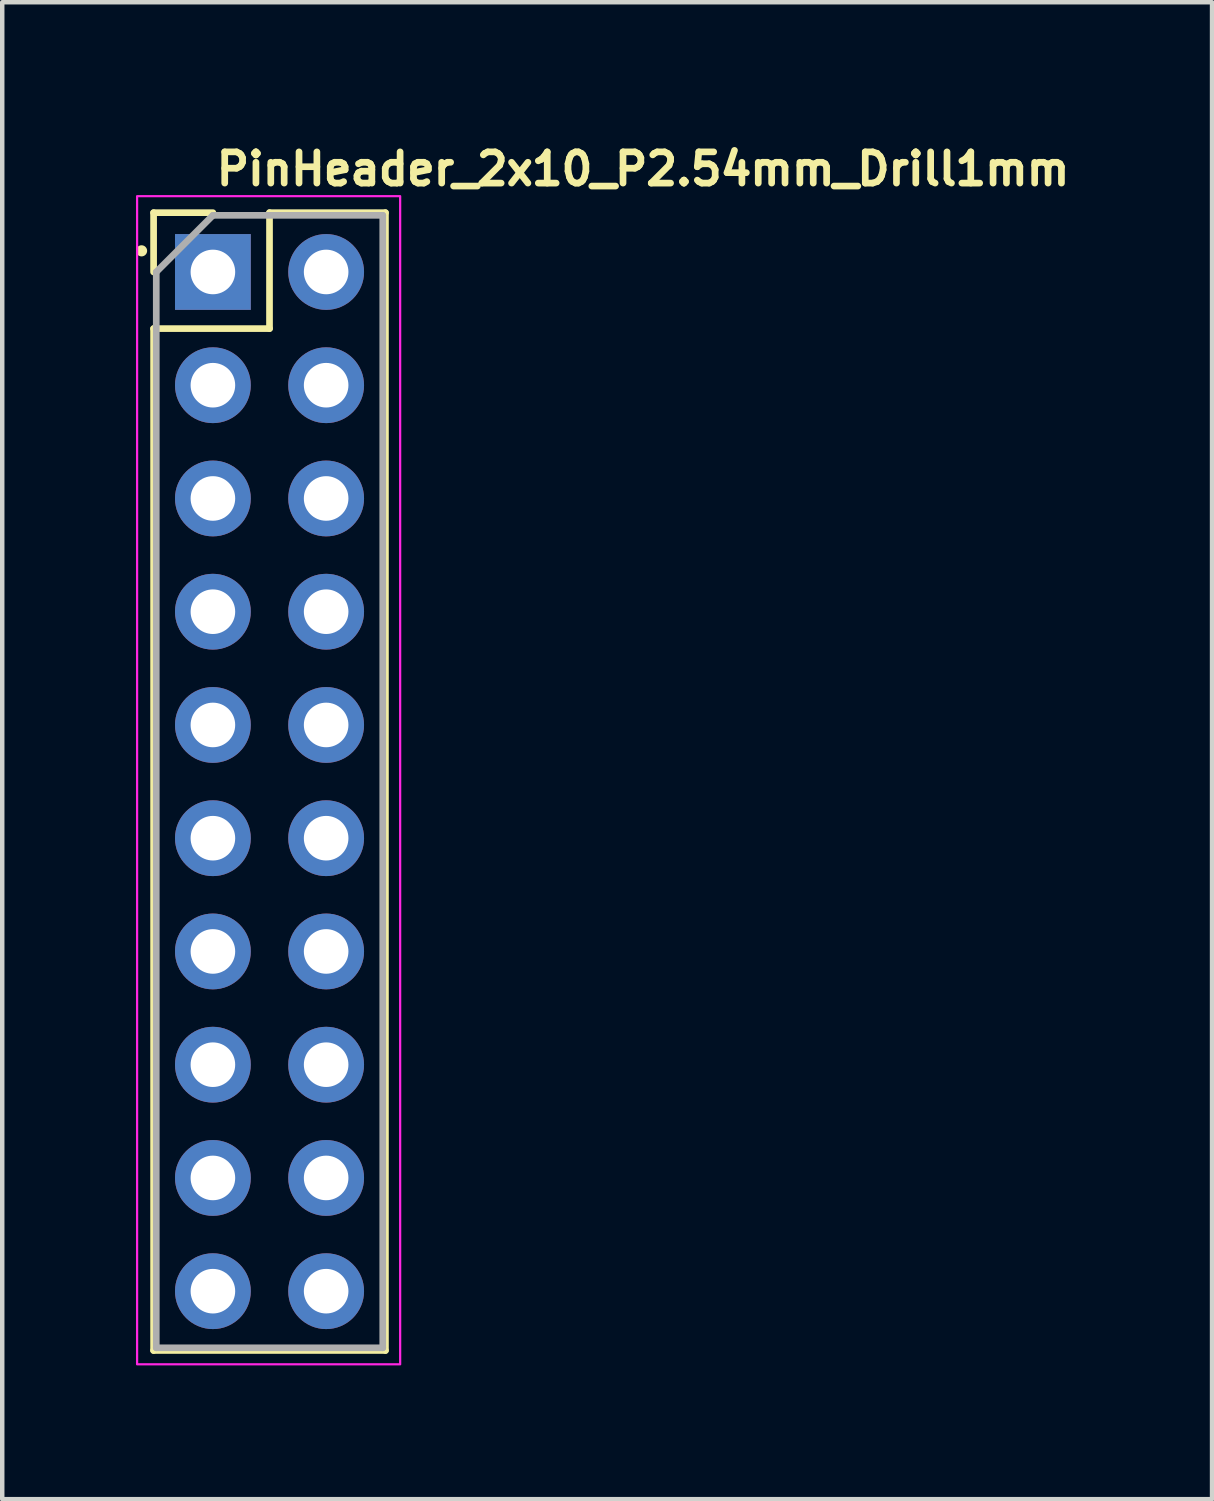
<source format=kicad_pcb>
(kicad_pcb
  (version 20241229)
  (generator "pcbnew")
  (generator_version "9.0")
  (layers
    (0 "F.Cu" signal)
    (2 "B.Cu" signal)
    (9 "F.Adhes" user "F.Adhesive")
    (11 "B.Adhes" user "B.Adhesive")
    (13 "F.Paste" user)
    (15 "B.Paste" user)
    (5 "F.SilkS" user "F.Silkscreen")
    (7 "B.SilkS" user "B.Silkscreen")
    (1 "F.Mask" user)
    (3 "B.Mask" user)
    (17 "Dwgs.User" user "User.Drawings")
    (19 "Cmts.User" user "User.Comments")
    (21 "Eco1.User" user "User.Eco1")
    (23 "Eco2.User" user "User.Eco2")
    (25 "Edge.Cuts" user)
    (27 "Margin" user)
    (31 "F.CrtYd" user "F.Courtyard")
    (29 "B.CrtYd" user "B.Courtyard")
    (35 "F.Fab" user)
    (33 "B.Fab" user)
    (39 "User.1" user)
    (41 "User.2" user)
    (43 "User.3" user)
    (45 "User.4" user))
  (footprint "PinHeader_2x10_P2.54mm_Drill1mm"
    (layer "F.Cu")
    (at 1.725 3.05)
    (property "Reference" "PinHeader_2x10_P2.54mm_Drill1mm" (at 0 -1.9 0) (layer "F.SilkS") (effects (font (size 0.7 0.7) (thickness 0.15)) (justify left bottom)))
    (attr through_hole)
    (fp_line (start -1.33 -1.33) (end 0 -1.33) (stroke (width 0.15) (type solid)) (layer "F.SilkS"))
    (fp_line (start -1.33 0) (end -1.33 -1.33) (stroke (width 0.15) (type solid)) (layer "F.SilkS"))
    (fp_line (start -1.33 1.27) (end -1.33 24.19) (stroke (width 0.15) (type solid)) (layer "F.SilkS"))
    (fp_line (start -1.33 1.27) (end 1.27 1.27) (stroke (width 0.15) (type solid)) (layer "F.SilkS"))
    (fp_line (start -1.33 24.19) (end 3.87 24.19) (stroke (width 0.15) (type solid)) (layer "F.SilkS"))
    (fp_line (start 1.27 -1.33) (end 3.87 -1.33) (stroke (width 0.15) (type solid)) (layer "F.SilkS"))
    (fp_line (start 1.27 1.27) (end 1.27 -1.33) (stroke (width 0.15) (type solid)) (layer "F.SilkS"))
    (fp_line (start 3.87 -1.33) (end 3.87 24.19) (stroke (width 0.15) (type solid)) (layer "F.SilkS"))
    (fp_circle (center -1.6 -0.474) (end -1.55 -0.474) (stroke (width 0.15) (type solid)) (fill yes) (layer "F.SilkS"))
    (fp_rect (start -1.7 -1.7) (end 4.2 24.5) (stroke (width 0.05) (type solid)) (fill no) (layer "F.CrtYd"))
    (fp_line (start -1.27 0) (end 0 -1.27) (stroke (width 0.15) (type solid)) (layer "F.Fab"))
    (fp_line (start -1.27 24.13) (end -1.27 0) (stroke (width 0.15) (type solid)) (layer "F.Fab"))
    (fp_line (start 0 -1.27) (end 3.81 -1.27) (stroke (width 0.15) (type solid)) (layer "F.Fab"))
    (fp_line (start 3.81 -1.27) (end 3.81 24.13) (stroke (width 0.15) (type solid)) (layer "F.Fab"))
    (fp_line (start 3.81 24.13) (end -1.27 24.13) (stroke (width 0.15) (type solid)) (layer "F.Fab"))
    (fp_rect (start -1.27 -1.25) (end 3.81 24.149) (stroke (width 0.1) (type solid)) (fill no) (layer "User.5"))
    (fp_line (start -1.27 -0.943) (end 0.469 -1.25) (stroke (width 0.02) (type solid)) (layer "User.9"))
    (fp_line (start -1.27 0.983) (end -1.27 -0.943) (stroke (width 0.02) (type solid)) (layer "User.9"))
    (fp_line (start -1.27 0.983) (end 0.469 1.29) (stroke (width 0.02) (type solid)) (layer "User.9"))
    (fp_line (start -1.27 3.523) (end -1.27 1.596) (stroke (width 0.02) (type solid)) (layer "User.9"))
    (fp_line (start -1.27 3.523) (end 0.469 3.83) (stroke (width 0.02) (type solid)) (layer "User.9"))
    (fp_line (start -1.27 6.063) (end -1.27 4.136) (stroke (width 0.02) (type solid)) (layer "User.9"))
    (fp_line (start -1.27 6.063) (end 0.469 6.37) (stroke (width 0.02) (type solid)) (layer "User.9"))
    (fp_line (start -1.27 8.603) (end -1.27 6.676) (stroke (width 0.02) (type solid)) (layer "User.9"))
    (fp_line (start -1.27 8.603) (end 0.469 8.91) (stroke (width 0.02) (type solid)) (layer "User.9"))
    (fp_line (start -1.27 11.143) (end -1.27 9.216) (stroke (width 0.02) (type solid)) (layer "User.9"))
    (fp_line (start -1.27 11.143) (end 0.469 11.449) (stroke (width 0.02) (type solid)) (layer "User.9"))
    (fp_line (start -1.27 13.683) (end -1.27 11.756) (stroke (width 0.02) (type solid)) (layer "User.9"))
    (fp_line (start -1.27 13.683) (end 0.469 13.99) (stroke (width 0.02) (type solid)) (layer "User.9"))
    (fp_line (start -1.27 16.222) (end -1.27 14.296) (stroke (width 0.02) (type solid)) (layer "User.9"))
    (fp_line (start -1.27 16.222) (end 0.469 16.53) (stroke (width 0.02) (type solid)) (layer "User.9"))
    (fp_line (start -1.27 18.763) (end -1.27 16.836) (stroke (width 0.02) (type solid)) (layer "User.9"))
    (fp_line (start -1.27 18.763) (end 0.469 19.07) (stroke (width 0.02) (type solid)) (layer "User.9"))
    (fp_line (start -1.27 21.303) (end -1.27 19.376) (stroke (width 0.02) (type solid)) (layer "User.9"))
    (fp_line (start -1.27 21.303) (end 0.469 21.61) (stroke (width 0.02) (type solid)) (layer "User.9"))
    (fp_line (start -1.27 23.843) (end -1.27 21.916) (stroke (width 0.02) (type solid)) (layer "User.9"))
    (fp_line (start -0.31 -0.29) (end 0.31 -0.29) (stroke (width 0.02) (type solid)) (layer "User.9"))
    (fp_line (start -0.31 0.33) (end -0.31 -0.29) (stroke (width 0.02) (type solid)) (layer "User.9"))
    (fp_line (start -0.31 0.33) (end -0.11 0.13) (stroke (width 0.02) (type solid)) (layer "User.9"))
    (fp_line (start -0.31 2.25) (end 0.31 2.25) (stroke (width 0.02) (type solid)) (layer "User.9"))
    (fp_line (start -0.31 2.87) (end -0.31 2.25) (stroke (width 0.02) (type solid)) (layer "User.9"))
    (fp_line (start -0.31 2.87) (end -0.11 2.67) (stroke (width 0.02) (type solid)) (layer "User.9"))
    (fp_line (start -0.31 4.79) (end 0.31 4.79) (stroke (width 0.02) (type solid)) (layer "User.9"))
    (fp_line (start -0.31 5.41) (end -0.31 4.79) (stroke (width 0.02) (type solid)) (layer "User.9"))
    (fp_line (start -0.31 5.41) (end -0.11 5.21) (stroke (width 0.02) (type solid)) (layer "User.9"))
    (fp_line (start -0.31 7.33) (end 0.31 7.33) (stroke (width 0.02) (type solid)) (layer "User.9"))
    (fp_line (start -0.31 7.95) (end -0.31 7.33) (stroke (width 0.02) (type solid)) (layer "User.9"))
    (fp_line (start -0.31 7.95) (end -0.11 7.75) (stroke (width 0.02) (type solid)) (layer "User.9"))
    (fp_line (start -0.31 9.869) (end 0.31 9.869) (stroke (width 0.02) (type solid)) (layer "User.9"))
    (fp_line (start -0.31 10.49) (end -0.31 9.869) (stroke (width 0.02) (type solid)) (layer "User.9"))
    (fp_line (start -0.31 10.49) (end -0.11 10.289) (stroke (width 0.02) (type solid)) (layer "User.9"))
    (fp_line (start -0.31 12.41) (end 0.31 12.41) (stroke (width 0.02) (type solid)) (layer "User.9"))
    (fp_line (start -0.31 13.029) (end -0.31 12.41) (stroke (width 0.02) (type solid)) (layer "User.9"))
    (fp_line (start -0.31 13.029) (end -0.11 12.83) (stroke (width 0.02) (type solid)) (layer "User.9"))
    (fp_line (start -0.31 14.949) (end 0.31 14.949) (stroke (width 0.02) (type solid)) (layer "User.9"))
    (fp_line (start -0.31 15.57) (end -0.31 14.949) (stroke (width 0.02) (type solid)) (layer "User.9"))
    (fp_line (start -0.31 15.57) (end -0.11 15.369) (stroke (width 0.02) (type solid)) (layer "User.9"))
    (fp_line (start -0.31 17.489) (end 0.31 17.489) (stroke (width 0.02) (type solid)) (layer "User.9"))
    (fp_line (start -0.31 18.11) (end -0.31 17.489) (stroke (width 0.02) (type solid)) (layer "User.9"))
    (fp_line (start -0.31 18.11) (end -0.11 17.91) (stroke (width 0.02) (type solid)) (layer "User.9"))
    (fp_line (start -0.31 20.03) (end 0.31 20.03) (stroke (width 0.02) (type solid)) (layer "User.9"))
    (fp_line (start -0.31 20.649) (end -0.31 20.03) (stroke (width 0.02) (type solid)) (layer "User.9"))
    (fp_line (start -0.31 20.649) (end -0.11 20.45) (stroke (width 0.02) (type solid)) (layer "User.9"))
    (fp_line (start -0.31 22.57) (end 0.31 22.57) (stroke (width 0.02) (type solid)) (layer "User.9"))
    (fp_line (start -0.31 23.19) (end -0.31 22.57) (stroke (width 0.02) (type solid)) (layer "User.9"))
    (fp_line (start -0.31 23.19) (end -0.11 22.989) (stroke (width 0.02) (type solid)) (layer "User.9"))
    (fp_line (start -0.11 -0.09) (end -0.31 -0.29) (stroke (width 0.02) (type solid)) (layer "User.9"))
    (fp_line (start -0.11 -0.09) (end 0.11 -0.09) (stroke (width 0.02) (type solid)) (layer "User.9"))
    (fp_line (start -0.11 0.13) (end -0.11 -0.09) (stroke (width 0.02) (type solid)) (layer "User.9"))
    (fp_line (start -0.11 2.45) (end -0.31 2.25) (stroke (width 0.02) (type solid)) (layer "User.9"))
    (fp_line (start -0.11 2.45) (end 0.11 2.45) (stroke (width 0.02) (type solid)) (layer "User.9"))
    (fp_line (start -0.11 2.67) (end -0.11 2.45) (stroke (width 0.02) (type solid)) (layer "User.9"))
    (fp_line (start -0.11 4.99) (end -0.31 4.79) (stroke (width 0.02) (type solid)) (layer "User.9"))
    (fp_line (start -0.11 4.99) (end 0.11 4.99) (stroke (width 0.02) (type solid)) (layer "User.9"))
    (fp_line (start -0.11 5.21) (end -0.11 4.99) (stroke (width 0.02) (type solid)) (layer "User.9"))
    (fp_line (start -0.11 7.53) (end -0.31 7.33) (stroke (width 0.02) (type solid)) (layer "User.9"))
    (fp_line (start -0.11 7.53) (end 0.11 7.53) (stroke (width 0.02) (type solid)) (layer "User.9"))
    (fp_line (start -0.11 7.75) (end -0.11 7.53) (stroke (width 0.02) (type solid)) (layer "User.9"))
    (fp_line (start -0.11 10.07) (end -0.31 9.869) (stroke (width 0.02) (type solid)) (layer "User.9"))
    (fp_line (start -0.11 10.07) (end 0.11 10.07) (stroke (width 0.02) (type solid)) (layer "User.9"))
    (fp_line (start -0.11 10.289) (end -0.11 10.07) (stroke (width 0.02) (type solid)) (layer "User.9"))
    (fp_line (start -0.11 12.61) (end -0.31 12.41) (stroke (width 0.02) (type solid)) (layer "User.9"))
    (fp_line (start -0.11 12.61) (end 0.11 12.61) (stroke (width 0.02) (type solid)) (layer "User.9"))
    (fp_line (start -0.11 12.83) (end -0.11 12.61) (stroke (width 0.02) (type solid)) (layer "User.9"))
    (fp_line (start -0.11 15.15) (end -0.31 14.949) (stroke (width 0.02) (type solid)) (layer "User.9"))
    (fp_line (start -0.11 15.15) (end 0.11 15.15) (stroke (width 0.02) (type solid)) (layer "User.9"))
    (fp_line (start -0.11 15.369) (end -0.11 15.15) (stroke (width 0.02) (type solid)) (layer "User.9"))
    (fp_line (start -0.11 17.69) (end -0.31 17.489) (stroke (width 0.02) (type solid)) (layer "User.9"))
    (fp_line (start -0.11 17.69) (end 0.11 17.69) (stroke (width 0.02) (type solid)) (layer "User.9"))
    (fp_line (start -0.11 17.91) (end -0.11 17.69) (stroke (width 0.02) (type solid)) (layer "User.9"))
    (fp_line (start -0.11 20.23) (end -0.31 20.03) (stroke (width 0.02) (type solid)) (layer "User.9"))
    (fp_line (start -0.11 20.23) (end 0.11 20.23) (stroke (width 0.02) (type solid)) (layer "User.9"))
    (fp_line (start -0.11 20.45) (end -0.11 20.23) (stroke (width 0.02) (type solid)) (layer "User.9"))
    (fp_line (start -0.11 22.77) (end -0.31 22.57) (stroke (width 0.02) (type solid)) (layer "User.9"))
    (fp_line (start -0.11 22.77) (end 0.11 22.77) (stroke (width 0.02) (type solid)) (layer "User.9"))
    (fp_line (start -0.11 22.989) (end -0.11 22.77) (stroke (width 0.02) (type solid)) (layer "User.9"))
    (fp_line (start 0.11 -0.09) (end 0.31 -0.29) (stroke (width 0.02) (type solid)) (layer "User.9"))
    (fp_line (start 0.11 0.13) (end -0.11 0.13) (stroke (width 0.02) (type solid)) (layer "User.9"))
    (fp_line (start 0.11 0.13) (end 0.11 -0.09) (stroke (width 0.02) (type solid)) (layer "User.9"))
    (fp_line (start 0.11 0.13) (end 0.31 0.33) (stroke (width 0.02) (type solid)) (layer "User.9"))
    (fp_line (start 0.11 2.45) (end 0.31 2.25) (stroke (width 0.02) (type solid)) (layer "User.9"))
    (fp_line (start 0.11 2.67) (end -0.11 2.67) (stroke (width 0.02) (type solid)) (layer "User.9"))
    (fp_line (start 0.11 2.67) (end 0.11 2.45) (stroke (width 0.02) (type solid)) (layer "User.9"))
    (fp_line (start 0.11 2.67) (end 0.31 2.87) (stroke (width 0.02) (type solid)) (layer "User.9"))
    (fp_line (start 0.11 4.99) (end 0.31 4.79) (stroke (width 0.02) (type solid)) (layer "User.9"))
    (fp_line (start 0.11 5.21) (end -0.11 5.21) (stroke (width 0.02) (type solid)) (layer "User.9"))
    (fp_line (start 0.11 5.21) (end 0.11 4.99) (stroke (width 0.02) (type solid)) (layer "User.9"))
    (fp_line (start 0.11 5.21) (end 0.31 5.41) (stroke (width 0.02) (type solid)) (layer "User.9"))
    (fp_line (start 0.11 7.53) (end 0.31 7.33) (stroke (width 0.02) (type solid)) (layer "User.9"))
    (fp_line (start 0.11 7.75) (end -0.11 7.75) (stroke (width 0.02) (type solid)) (layer "User.9"))
    (fp_line (start 0.11 7.75) (end 0.11 7.53) (stroke (width 0.02) (type solid)) (layer "User.9"))
    (fp_line (start 0.11 7.75) (end 0.31 7.95) (stroke (width 0.02) (type solid)) (layer "User.9"))
    (fp_line (start 0.11 10.07) (end 0.31 9.869) (stroke (width 0.02) (type solid)) (layer "User.9"))
    (fp_line (start 0.11 10.289) (end -0.11 10.289) (stroke (width 0.02) (type solid)) (layer "User.9"))
    (fp_line (start 0.11 10.289) (end 0.11 10.07) (stroke (width 0.02) (type solid)) (layer "User.9"))
    (fp_line (start 0.11 10.289) (end 0.31 10.49) (stroke (width 0.02) (type solid)) (layer "User.9"))
    (fp_line (start 0.11 12.61) (end 0.31 12.41) (stroke (width 0.02) (type solid)) (layer "User.9"))
    (fp_line (start 0.11 12.83) (end -0.11 12.83) (stroke (width 0.02) (type solid)) (layer "User.9"))
    (fp_line (start 0.11 12.83) (end 0.11 12.61) (stroke (width 0.02) (type solid)) (layer "User.9"))
    (fp_line (start 0.11 12.83) (end 0.31 13.029) (stroke (width 0.02) (type solid)) (layer "User.9"))
    (fp_line (start 0.11 15.15) (end 0.31 14.949) (stroke (width 0.02) (type solid)) (layer "User.9"))
    (fp_line (start 0.11 15.369) (end -0.11 15.369) (stroke (width 0.02) (type solid)) (layer "User.9"))
    (fp_line (start 0.11 15.369) (end 0.11 15.15) (stroke (width 0.02) (type solid)) (layer "User.9"))
    (fp_line (start 0.11 15.369) (end 0.31 15.57) (stroke (width 0.02) (type solid)) (layer "User.9"))
    (fp_line (start 0.11 17.69) (end 0.31 17.489) (stroke (width 0.02) (type solid)) (layer "User.9"))
    (fp_line (start 0.11 17.91) (end -0.11 17.91) (stroke (width 0.02) (type solid)) (layer "User.9"))
    (fp_line (start 0.11 17.91) (end 0.11 17.69) (stroke (width 0.02) (type solid)) (layer "User.9"))
    (fp_line (start 0.11 17.91) (end 0.31 18.11) (stroke (width 0.02) (type solid)) (layer "User.9"))
    (fp_line (start 0.11 20.23) (end 0.31 20.03) (stroke (width 0.02) (type solid)) (layer "User.9"))
    (fp_line (start 0.11 20.45) (end -0.11 20.45) (stroke (width 0.02) (type solid)) (layer "User.9"))
    (fp_line (start 0.11 20.45) (end 0.11 20.23) (stroke (width 0.02) (type solid)) (layer "User.9"))
    (fp_line (start 0.11 20.45) (end 0.31 20.649) (stroke (width 0.02) (type solid)) (layer "User.9"))
    (fp_line (start 0.11 22.77) (end 0.31 22.57) (stroke (width 0.02) (type solid)) (layer "User.9"))
    (fp_line (start 0.11 22.989) (end -0.11 22.989) (stroke (width 0.02) (type solid)) (layer "User.9"))
    (fp_line (start 0.11 22.989) (end 0.11 22.77) (stroke (width 0.02) (type solid)) (layer "User.9"))
    (fp_line (start 0.11 22.989) (end 0.31 23.19) (stroke (width 0.02) (type solid)) (layer "User.9"))
    (fp_line (start 0.31 0.33) (end -0.31 0.33) (stroke (width 0.02) (type solid)) (layer "User.9"))
    (fp_line (start 0.31 0.33) (end 0.31 -0.29) (stroke (width 0.02) (type solid)) (layer "User.9"))
    (fp_line (start 0.31 2.87) (end -0.31 2.87) (stroke (width 0.02) (type solid)) (layer "User.9"))
    (fp_line (start 0.31 2.87) (end 0.31 2.25) (stroke (width 0.02) (type solid)) (layer "User.9"))
    (fp_line (start 0.31 5.41) (end -0.31 5.41) (stroke (width 0.02) (type solid)) (layer "User.9"))
    (fp_line (start 0.31 5.41) (end 0.31 4.79) (stroke (width 0.02) (type solid)) (layer "User.9"))
    (fp_line (start 0.31 7.95) (end -0.31 7.95) (stroke (width 0.02) (type solid)) (layer "User.9"))
    (fp_line (start 0.31 7.95) (end 0.31 7.33) (stroke (width 0.02) (type solid)) (layer "User.9"))
    (fp_line (start 0.31 10.49) (end -0.31 10.49) (stroke (width 0.02) (type solid)) (layer "User.9"))
    (fp_line (start 0.31 10.49) (end 0.31 9.869) (stroke (width 0.02) (type solid)) (layer "User.9"))
    (fp_line (start 0.31 13.029) (end -0.31 13.029) (stroke (width 0.02) (type solid)) (layer "User.9"))
    (fp_line (start 0.31 13.029) (end 0.31 12.41) (stroke (width 0.02) (type solid)) (layer "User.9"))
    (fp_line (start 0.31 15.57) (end -0.31 15.57) (stroke (width 0.02) (type solid)) (layer "User.9"))
    (fp_line (start 0.31 15.57) (end 0.31 14.949) (stroke (width 0.02) (type solid)) (layer "User.9"))
    (fp_line (start 0.31 18.11) (end -0.31 18.11) (stroke (width 0.02) (type solid)) (layer "User.9"))
    (fp_line (start 0.31 18.11) (end 0.31 17.489) (stroke (width 0.02) (type solid)) (layer "User.9"))
    (fp_line (start 0.31 20.649) (end -0.31 20.649) (stroke (width 0.02) (type solid)) (layer "User.9"))
    (fp_line (start 0.31 20.649) (end 0.31 20.03) (stroke (width 0.02) (type solid)) (layer "User.9"))
    (fp_line (start 0.31 23.19) (end -0.31 23.19) (stroke (width 0.02) (type solid)) (layer "User.9"))
    (fp_line (start 0.31 23.19) (end 0.31 22.57) (stroke (width 0.02) (type solid)) (layer "User.9"))
    (fp_line (start 0.469 -1.25) (end 2.07 -1.25) (stroke (width 0.02) (type solid)) (layer "User.9"))
    (fp_line (start 0.469 1.29) (end -1.27 1.596) (stroke (width 0.02) (type solid)) (layer "User.9"))
    (fp_line (start 0.469 3.83) (end -1.27 4.136) (stroke (width 0.02) (type solid)) (layer "User.9"))
    (fp_line (start 0.469 6.37) (end -1.27 6.676) (stroke (width 0.02) (type solid)) (layer "User.9"))
    (fp_line (start 0.469 8.91) (end -1.27 9.216) (stroke (width 0.02) (type solid)) (layer "User.9"))
    (fp_line (start 0.469 11.449) (end -1.27 11.756) (stroke (width 0.02) (type solid)) (layer "User.9"))
    (fp_line (start 0.469 13.99) (end -1.27 14.296) (stroke (width 0.02) (type solid)) (layer "User.9"))
    (fp_line (start 0.469 16.53) (end -1.27 16.836) (stroke (width 0.02) (type solid)) (layer "User.9"))
    (fp_line (start 0.469 19.07) (end -1.27 19.376) (stroke (width 0.02) (type solid)) (layer "User.9"))
    (fp_line (start 0.469 21.61) (end -1.27 21.916) (stroke (width 0.02) (type solid)) (layer "User.9"))
    (fp_line (start 0.469 24.149) (end -1.27 23.843) (stroke (width 0.02) (type solid)) (layer "User.9"))
    (fp_line (start 2.07 -1.25) (end 3.81 -0.943) (stroke (width 0.02) (type solid)) (layer "User.9"))
    (fp_line (start 2.07 1.29) (end 3.81 0.983) (stroke (width 0.02) (type solid)) (layer "User.9"))
    (fp_line (start 2.07 3.83) (end 3.81 3.523) (stroke (width 0.02) (type solid)) (layer "User.9"))
    (fp_line (start 2.07 6.37) (end 3.81 6.063) (stroke (width 0.02) (type solid)) (layer "User.9"))
    (fp_line (start 2.07 8.91) (end 3.81 8.603) (stroke (width 0.02) (type solid)) (layer "User.9"))
    (fp_line (start 2.07 11.449) (end 3.81 11.143) (stroke (width 0.02) (type solid)) (layer "User.9"))
    (fp_line (start 2.07 13.99) (end 3.81 13.683) (stroke (width 0.02) (type solid)) (layer "User.9"))
    (fp_line (start 2.07 16.53) (end 3.81 16.222) (stroke (width 0.02) (type solid)) (layer "User.9"))
    (fp_line (start 2.07 19.07) (end 3.81 18.763) (stroke (width 0.02) (type solid)) (layer "User.9"))
    (fp_line (start 2.07 21.61) (end 3.81 21.303) (stroke (width 0.02) (type solid)) (layer "User.9"))
    (fp_line (start 2.07 24.149) (end 0.469 24.149) (stroke (width 0.02) (type solid)) (layer "User.9"))
    (fp_line (start 2.23 -0.29) (end 2.85 -0.29) (stroke (width 0.02) (type solid)) (layer "User.9"))
    (fp_line (start 2.23 0.33) (end 2.23 -0.29) (stroke (width 0.02) (type solid)) (layer "User.9"))
    (fp_line (start 2.23 0.33) (end 2.43 0.13) (stroke (width 0.02) (type solid)) (layer "User.9"))
    (fp_line (start 2.23 2.25) (end 2.85 2.25) (stroke (width 0.02) (type solid)) (layer "User.9"))
    (fp_line (start 2.23 2.87) (end 2.23 2.25) (stroke (width 0.02) (type solid)) (layer "User.9"))
    (fp_line (start 2.23 2.87) (end 2.43 2.67) (stroke (width 0.02) (type solid)) (layer "User.9"))
    (fp_line (start 2.23 4.79) (end 2.85 4.79) (stroke (width 0.02) (type solid)) (layer "User.9"))
    (fp_line (start 2.23 5.41) (end 2.23 4.79) (stroke (width 0.02) (type solid)) (layer "User.9"))
    (fp_line (start 2.23 5.41) (end 2.43 5.21) (stroke (width 0.02) (type solid)) (layer "User.9"))
    (fp_line (start 2.23 7.33) (end 2.85 7.33) (stroke (width 0.02) (type solid)) (layer "User.9"))
    (fp_line (start 2.23 7.95) (end 2.23 7.33) (stroke (width 0.02) (type solid)) (layer "User.9"))
    (fp_line (start 2.23 7.95) (end 2.43 7.75) (stroke (width 0.02) (type solid)) (layer "User.9"))
    (fp_line (start 2.23 9.869) (end 2.85 9.869) (stroke (width 0.02) (type solid)) (layer "User.9"))
    (fp_line (start 2.23 10.49) (end 2.23 9.869) (stroke (width 0.02) (type solid)) (layer "User.9"))
    (fp_line (start 2.23 10.49) (end 2.43 10.289) (stroke (width 0.02) (type solid)) (layer "User.9"))
    (fp_line (start 2.23 12.41) (end 2.85 12.41) (stroke (width 0.02) (type solid)) (layer "User.9"))
    (fp_line (start 2.23 13.029) (end 2.23 12.41) (stroke (width 0.02) (type solid)) (layer "User.9"))
    (fp_line (start 2.23 13.029) (end 2.43 12.83) (stroke (width 0.02) (type solid)) (layer "User.9"))
    (fp_line (start 2.23 14.949) (end 2.85 14.949) (stroke (width 0.02) (type solid)) (layer "User.9"))
    (fp_line (start 2.23 15.57) (end 2.23 14.949) (stroke (width 0.02) (type solid)) (layer "User.9"))
    (fp_line (start 2.23 15.57) (end 2.43 15.369) (stroke (width 0.02) (type solid)) (layer "User.9"))
    (fp_line (start 2.23 17.489) (end 2.85 17.489) (stroke (width 0.02) (type solid)) (layer "User.9"))
    (fp_line (start 2.23 18.11) (end 2.23 17.489) (stroke (width 0.02) (type solid)) (layer "User.9"))
    (fp_line (start 2.23 18.11) (end 2.43 17.91) (stroke (width 0.02) (type solid)) (layer "User.9"))
    (fp_line (start 2.23 20.03) (end 2.85 20.03) (stroke (width 0.02) (type solid)) (layer "User.9"))
    (fp_line (start 2.23 20.649) (end 2.23 20.03) (stroke (width 0.02) (type solid)) (layer "User.9"))
    (fp_line (start 2.23 20.649) (end 2.43 20.45) (stroke (width 0.02) (type solid)) (layer "User.9"))
    (fp_line (start 2.23 22.57) (end 2.85 22.57) (stroke (width 0.02) (type solid)) (layer "User.9"))
    (fp_line (start 2.23 23.19) (end 2.23 22.57) (stroke (width 0.02) (type solid)) (layer "User.9"))
    (fp_line (start 2.23 23.19) (end 2.43 22.989) (stroke (width 0.02) (type solid)) (layer "User.9"))
    (fp_line (start 2.43 -0.09) (end 2.23 -0.29) (stroke (width 0.02) (type solid)) (layer "User.9"))
    (fp_line (start 2.43 -0.09) (end 2.65 -0.09) (stroke (width 0.02) (type solid)) (layer "User.9"))
    (fp_line (start 2.43 0.13) (end 2.43 -0.09) (stroke (width 0.02) (type solid)) (layer "User.9"))
    (fp_line (start 2.43 2.45) (end 2.23 2.25) (stroke (width 0.02) (type solid)) (layer "User.9"))
    (fp_line (start 2.43 2.45) (end 2.65 2.45) (stroke (width 0.02) (type solid)) (layer "User.9"))
    (fp_line (start 2.43 2.67) (end 2.43 2.45) (stroke (width 0.02) (type solid)) (layer "User.9"))
    (fp_line (start 2.43 4.99) (end 2.23 4.79) (stroke (width 0.02) (type solid)) (layer "User.9"))
    (fp_line (start 2.43 4.99) (end 2.65 4.99) (stroke (width 0.02) (type solid)) (layer "User.9"))
    (fp_line (start 2.43 5.21) (end 2.43 4.99) (stroke (width 0.02) (type solid)) (layer "User.9"))
    (fp_line (start 2.43 7.53) (end 2.23 7.33) (stroke (width 0.02) (type solid)) (layer "User.9"))
    (fp_line (start 2.43 7.53) (end 2.65 7.53) (stroke (width 0.02) (type solid)) (layer "User.9"))
    (fp_line (start 2.43 7.75) (end 2.43 7.53) (stroke (width 0.02) (type solid)) (layer "User.9"))
    (fp_line (start 2.43 10.07) (end 2.23 9.869) (stroke (width 0.02) (type solid)) (layer "User.9"))
    (fp_line (start 2.43 10.07) (end 2.65 10.07) (stroke (width 0.02) (type solid)) (layer "User.9"))
    (fp_line (start 2.43 10.289) (end 2.43 10.07) (stroke (width 0.02) (type solid)) (layer "User.9"))
    (fp_line (start 2.43 12.61) (end 2.23 12.41) (stroke (width 0.02) (type solid)) (layer "User.9"))
    (fp_line (start 2.43 12.61) (end 2.65 12.61) (stroke (width 0.02) (type solid)) (layer "User.9"))
    (fp_line (start 2.43 12.83) (end 2.43 12.61) (stroke (width 0.02) (type solid)) (layer "User.9"))
    (fp_line (start 2.43 15.15) (end 2.23 14.949) (stroke (width 0.02) (type solid)) (layer "User.9"))
    (fp_line (start 2.43 15.15) (end 2.65 15.15) (stroke (width 0.02) (type solid)) (layer "User.9"))
    (fp_line (start 2.43 15.369) (end 2.43 15.15) (stroke (width 0.02) (type solid)) (layer "User.9"))
    (fp_line (start 2.43 17.69) (end 2.23 17.489) (stroke (width 0.02) (type solid)) (layer "User.9"))
    (fp_line (start 2.43 17.69) (end 2.65 17.69) (stroke (width 0.02) (type solid)) (layer "User.9"))
    (fp_line (start 2.43 17.91) (end 2.43 17.69) (stroke (width 0.02) (type solid)) (layer "User.9"))
    (fp_line (start 2.43 20.23) (end 2.23 20.03) (stroke (width 0.02) (type solid)) (layer "User.9"))
    (fp_line (start 2.43 20.23) (end 2.65 20.23) (stroke (width 0.02) (type solid)) (layer "User.9"))
    (fp_line (start 2.43 20.45) (end 2.43 20.23) (stroke (width 0.02) (type solid)) (layer "User.9"))
    (fp_line (start 2.43 22.77) (end 2.23 22.57) (stroke (width 0.02) (type solid)) (layer "User.9"))
    (fp_line (start 2.43 22.77) (end 2.65 22.77) (stroke (width 0.02) (type solid)) (layer "User.9"))
    (fp_line (start 2.43 22.989) (end 2.43 22.77) (stroke (width 0.02) (type solid)) (layer "User.9"))
    (fp_line (start 2.65 -0.09) (end 2.85 -0.29) (stroke (width 0.02) (type solid)) (layer "User.9"))
    (fp_line (start 2.65 0.13) (end 2.43 0.13) (stroke (width 0.02) (type solid)) (layer "User.9"))
    (fp_line (start 2.65 0.13) (end 2.65 -0.09) (stroke (width 0.02) (type solid)) (layer "User.9"))
    (fp_line (start 2.65 0.13) (end 2.85 0.33) (stroke (width 0.02) (type solid)) (layer "User.9"))
    (fp_line (start 2.65 2.45) (end 2.85 2.25) (stroke (width 0.02) (type solid)) (layer "User.9"))
    (fp_line (start 2.65 2.67) (end 2.43 2.67) (stroke (width 0.02) (type solid)) (layer "User.9"))
    (fp_line (start 2.65 2.67) (end 2.65 2.45) (stroke (width 0.02) (type solid)) (layer "User.9"))
    (fp_line (start 2.65 2.67) (end 2.85 2.87) (stroke (width 0.02) (type solid)) (layer "User.9"))
    (fp_line (start 2.65 4.99) (end 2.85 4.79) (stroke (width 0.02) (type solid)) (layer "User.9"))
    (fp_line (start 2.65 5.21) (end 2.43 5.21) (stroke (width 0.02) (type solid)) (layer "User.9"))
    (fp_line (start 2.65 5.21) (end 2.65 4.99) (stroke (width 0.02) (type solid)) (layer "User.9"))
    (fp_line (start 2.65 5.21) (end 2.85 5.41) (stroke (width 0.02) (type solid)) (layer "User.9"))
    (fp_line (start 2.65 7.53) (end 2.85 7.33) (stroke (width 0.02) (type solid)) (layer "User.9"))
    (fp_line (start 2.65 7.75) (end 2.43 7.75) (stroke (width 0.02) (type solid)) (layer "User.9"))
    (fp_line (start 2.65 7.75) (end 2.65 7.53) (stroke (width 0.02) (type solid)) (layer "User.9"))
    (fp_line (start 2.65 7.75) (end 2.85 7.95) (stroke (width 0.02) (type solid)) (layer "User.9"))
    (fp_line (start 2.65 10.07) (end 2.85 9.869) (stroke (width 0.02) (type solid)) (layer "User.9"))
    (fp_line (start 2.65 10.289) (end 2.43 10.289) (stroke (width 0.02) (type solid)) (layer "User.9"))
    (fp_line (start 2.65 10.289) (end 2.65 10.07) (stroke (width 0.02) (type solid)) (layer "User.9"))
    (fp_line (start 2.65 10.289) (end 2.85 10.49) (stroke (width 0.02) (type solid)) (layer "User.9"))
    (fp_line (start 2.65 12.61) (end 2.85 12.41) (stroke (width 0.02) (type solid)) (layer "User.9"))
    (fp_line (start 2.65 12.83) (end 2.43 12.83) (stroke (width 0.02) (type solid)) (layer "User.9"))
    (fp_line (start 2.65 12.83) (end 2.65 12.61) (stroke (width 0.02) (type solid)) (layer "User.9"))
    (fp_line (start 2.65 12.83) (end 2.85 13.029) (stroke (width 0.02) (type solid)) (layer "User.9"))
    (fp_line (start 2.65 15.15) (end 2.85 14.949) (stroke (width 0.02) (type solid)) (layer "User.9"))
    (fp_line (start 2.65 15.369) (end 2.43 15.369) (stroke (width 0.02) (type solid)) (layer "User.9"))
    (fp_line (start 2.65 15.369) (end 2.65 15.15) (stroke (width 0.02) (type solid)) (layer "User.9"))
    (fp_line (start 2.65 15.369) (end 2.85 15.57) (stroke (width 0.02) (type solid)) (layer "User.9"))
    (fp_line (start 2.65 17.69) (end 2.85 17.489) (stroke (width 0.02) (type solid)) (layer "User.9"))
    (fp_line (start 2.65 17.91) (end 2.43 17.91) (stroke (width 0.02) (type solid)) (layer "User.9"))
    (fp_line (start 2.65 17.91) (end 2.65 17.69) (stroke (width 0.02) (type solid)) (layer "User.9"))
    (fp_line (start 2.65 17.91) (end 2.85 18.11) (stroke (width 0.02) (type solid)) (layer "User.9"))
    (fp_line (start 2.65 20.23) (end 2.85 20.03) (stroke (width 0.02) (type solid)) (layer "User.9"))
    (fp_line (start 2.65 20.45) (end 2.43 20.45) (stroke (width 0.02) (type solid)) (layer "User.9"))
    (fp_line (start 2.65 20.45) (end 2.65 20.23) (stroke (width 0.02) (type solid)) (layer "User.9"))
    (fp_line (start 2.65 20.45) (end 2.85 20.649) (stroke (width 0.02) (type solid)) (layer "User.9"))
    (fp_line (start 2.65 22.77) (end 2.85 22.57) (stroke (width 0.02) (type solid)) (layer "User.9"))
    (fp_line (start 2.65 22.989) (end 2.43 22.989) (stroke (width 0.02) (type solid)) (layer "User.9"))
    (fp_line (start 2.65 22.989) (end 2.65 22.77) (stroke (width 0.02) (type solid)) (layer "User.9"))
    (fp_line (start 2.65 22.989) (end 2.85 23.19) (stroke (width 0.02) (type solid)) (layer "User.9"))
    (fp_line (start 2.85 0.33) (end 2.23 0.33) (stroke (width 0.02) (type solid)) (layer "User.9"))
    (fp_line (start 2.85 0.33) (end 2.85 -0.29) (stroke (width 0.02) (type solid)) (layer "User.9"))
    (fp_line (start 2.85 2.87) (end 2.23 2.87) (stroke (width 0.02) (type solid)) (layer "User.9"))
    (fp_line (start 2.85 2.87) (end 2.85 2.25) (stroke (width 0.02) (type solid)) (layer "User.9"))
    (fp_line (start 2.85 5.41) (end 2.23 5.41) (stroke (width 0.02) (type solid)) (layer "User.9"))
    (fp_line (start 2.85 5.41) (end 2.85 4.79) (stroke (width 0.02) (type solid)) (layer "User.9"))
    (fp_line (start 2.85 7.95) (end 2.23 7.95) (stroke (width 0.02) (type solid)) (layer "User.9"))
    (fp_line (start 2.85 7.95) (end 2.85 7.33) (stroke (width 0.02) (type solid)) (layer "User.9"))
    (fp_line (start 2.85 10.49) (end 2.23 10.49) (stroke (width 0.02) (type solid)) (layer "User.9"))
    (fp_line (start 2.85 10.49) (end 2.85 9.869) (stroke (width 0.02) (type solid)) (layer "User.9"))
    (fp_line (start 2.85 13.029) (end 2.23 13.029) (stroke (width 0.02) (type solid)) (layer "User.9"))
    (fp_line (start 2.85 13.029) (end 2.85 12.41) (stroke (width 0.02) (type solid)) (layer "User.9"))
    (fp_line (start 2.85 15.57) (end 2.23 15.57) (stroke (width 0.02) (type solid)) (layer "User.9"))
    (fp_line (start 2.85 15.57) (end 2.85 14.949) (stroke (width 0.02) (type solid)) (layer "User.9"))
    (fp_line (start 2.85 18.11) (end 2.23 18.11) (stroke (width 0.02) (type solid)) (layer "User.9"))
    (fp_line (start 2.85 18.11) (end 2.85 17.489) (stroke (width 0.02) (type solid)) (layer "User.9"))
    (fp_line (start 2.85 20.649) (end 2.23 20.649) (stroke (width 0.02) (type solid)) (layer "User.9"))
    (fp_line (start 2.85 20.649) (end 2.85 20.03) (stroke (width 0.02) (type solid)) (layer "User.9"))
    (fp_line (start 2.85 23.19) (end 2.23 23.19) (stroke (width 0.02) (type solid)) (layer "User.9"))
    (fp_line (start 2.85 23.19) (end 2.85 22.57) (stroke (width 0.02) (type solid)) (layer "User.9"))
    (fp_line (start 3.81 -0.943) (end 3.81 0.983) (stroke (width 0.02) (type solid)) (layer "User.9"))
    (fp_line (start 3.81 1.596) (end 2.07 1.29) (stroke (width 0.02) (type solid)) (layer "User.9"))
    (fp_line (start 3.81 1.596) (end 3.81 3.523) (stroke (width 0.02) (type solid)) (layer "User.9"))
    (fp_line (start 3.81 4.136) (end 2.07 3.83) (stroke (width 0.02) (type solid)) (layer "User.9"))
    (fp_line (start 3.81 4.136) (end 3.81 6.063) (stroke (width 0.02) (type solid)) (layer "User.9"))
    (fp_line (start 3.81 6.676) (end 2.07 6.37) (stroke (width 0.02) (type solid)) (layer "User.9"))
    (fp_line (start 3.81 6.676) (end 3.81 8.603) (stroke (width 0.02) (type solid)) (layer "User.9"))
    (fp_line (start 3.81 9.216) (end 2.07 8.91) (stroke (width 0.02) (type solid)) (layer "User.9"))
    (fp_line (start 3.81 9.216) (end 3.81 11.143) (stroke (width 0.02) (type solid)) (layer "User.9"))
    (fp_line (start 3.81 11.756) (end 2.07 11.449) (stroke (width 0.02) (type solid)) (layer "User.9"))
    (fp_line (start 3.81 11.756) (end 3.81 13.683) (stroke (width 0.02) (type solid)) (layer "User.9"))
    (fp_line (start 3.81 14.296) (end 2.07 13.99) (stroke (width 0.02) (type solid)) (layer "User.9"))
    (fp_line (start 3.81 14.296) (end 3.81 16.222) (stroke (width 0.02) (type solid)) (layer "User.9"))
    (fp_line (start 3.81 16.836) (end 2.07 16.53) (stroke (width 0.02) (type solid)) (layer "User.9"))
    (fp_line (start 3.81 16.836) (end 3.81 18.763) (stroke (width 0.02) (type solid)) (layer "User.9"))
    (fp_line (start 3.81 19.376) (end 2.07 19.07) (stroke (width 0.02) (type solid)) (layer "User.9"))
    (fp_line (start 3.81 19.376) (end 3.81 21.303) (stroke (width 0.02) (type solid)) (layer "User.9"))
    (fp_line (start 3.81 21.916) (end 2.07 21.61) (stroke (width 0.02) (type solid)) (layer "User.9"))
    (fp_line (start 3.81 21.916) (end 3.81 23.843) (stroke (width 0.02) (type solid)) (layer "User.9"))
    (fp_line (start 3.81 23.843) (end 2.07 24.149) (stroke (width 0.02) (type solid)) (layer "User.9"))
    (pad "1" thru_hole rect (at 0 0) (size 1.7 1.7) (drill 1) (layers "*.Cu" "*.Mask"))
    (pad "2" thru_hole oval (at 2.54 0) (size 1.7 1.7) (drill 1) (layers "*.Cu" "*.Mask"))
    (pad "3" thru_hole oval (at 0 2.54) (size 1.7 1.7) (drill 1) (layers "*.Cu" "*.Mask"))
    (pad "4" thru_hole oval (at 2.54 2.54) (size 1.7 1.7) (drill 1) (layers "*.Cu" "*.Mask"))
    (pad "5" thru_hole oval (at 0 5.08) (size 1.7 1.7) (drill 1) (layers "*.Cu" "*.Mask"))
    (pad "6" thru_hole oval (at 2.54 5.08) (size 1.7 1.7) (drill 1) (layers "*.Cu" "*.Mask"))
    (pad "7" thru_hole oval (at 0 7.62) (size 1.7 1.7) (drill 1) (layers "*.Cu" "*.Mask"))
    (pad "8" thru_hole oval (at 2.54 7.62) (size 1.7 1.7) (drill 1) (layers "*.Cu" "*.Mask"))
    (pad "9" thru_hole oval (at 0 10.16) (size 1.7 1.7) (drill 1) (layers "*.Cu" "*.Mask"))
    (pad "10" thru_hole oval (at 2.54 10.16) (size 1.7 1.7) (drill 1) (layers "*.Cu" "*.Mask"))
    (pad "11" thru_hole oval (at 0 12.7) (size 1.7 1.7) (drill 1) (layers "*.Cu" "*.Mask"))
    (pad "12" thru_hole oval (at 2.54 12.7) (size 1.7 1.7) (drill 1) (layers "*.Cu" "*.Mask"))
    (pad "13" thru_hole oval (at 0 15.24) (size 1.7 1.7) (drill 1) (layers "*.Cu" "*.Mask"))
    (pad "14" thru_hole oval (at 2.54 15.24) (size 1.7 1.7) (drill 1) (layers "*.Cu" "*.Mask"))
    (pad "15" thru_hole oval (at 0 17.78) (size 1.7 1.7) (drill 1) (layers "*.Cu" "*.Mask"))
    (pad "16" thru_hole oval (at 2.54 17.78) (size 1.7 1.7) (drill 1) (layers "*.Cu" "*.Mask"))
    (pad "17" thru_hole oval (at 0 20.32) (size 1.7 1.7) (drill 1) (layers "*.Cu" "*.Mask"))
    (pad "18" thru_hole oval (at 2.54 20.32) (size 1.7 1.7) (drill 1) (layers "*.Cu" "*.Mask"))
    (pad "19" thru_hole oval (at 0 22.86) (size 1.7 1.7) (drill 1) (layers "*.Cu" "*.Mask"))
    (pad "20" thru_hole oval (at 2.54 22.86) (size 1.7 1.7) (drill 1) (layers "*.Cu" "*.Mask")))
  (gr_rect
    (start -3 -3)
    (end 24.135 30.575)
    (stroke (width 0.1) (type default))
    (fill no)
    (layer "Edge.Cuts")))
</source>
